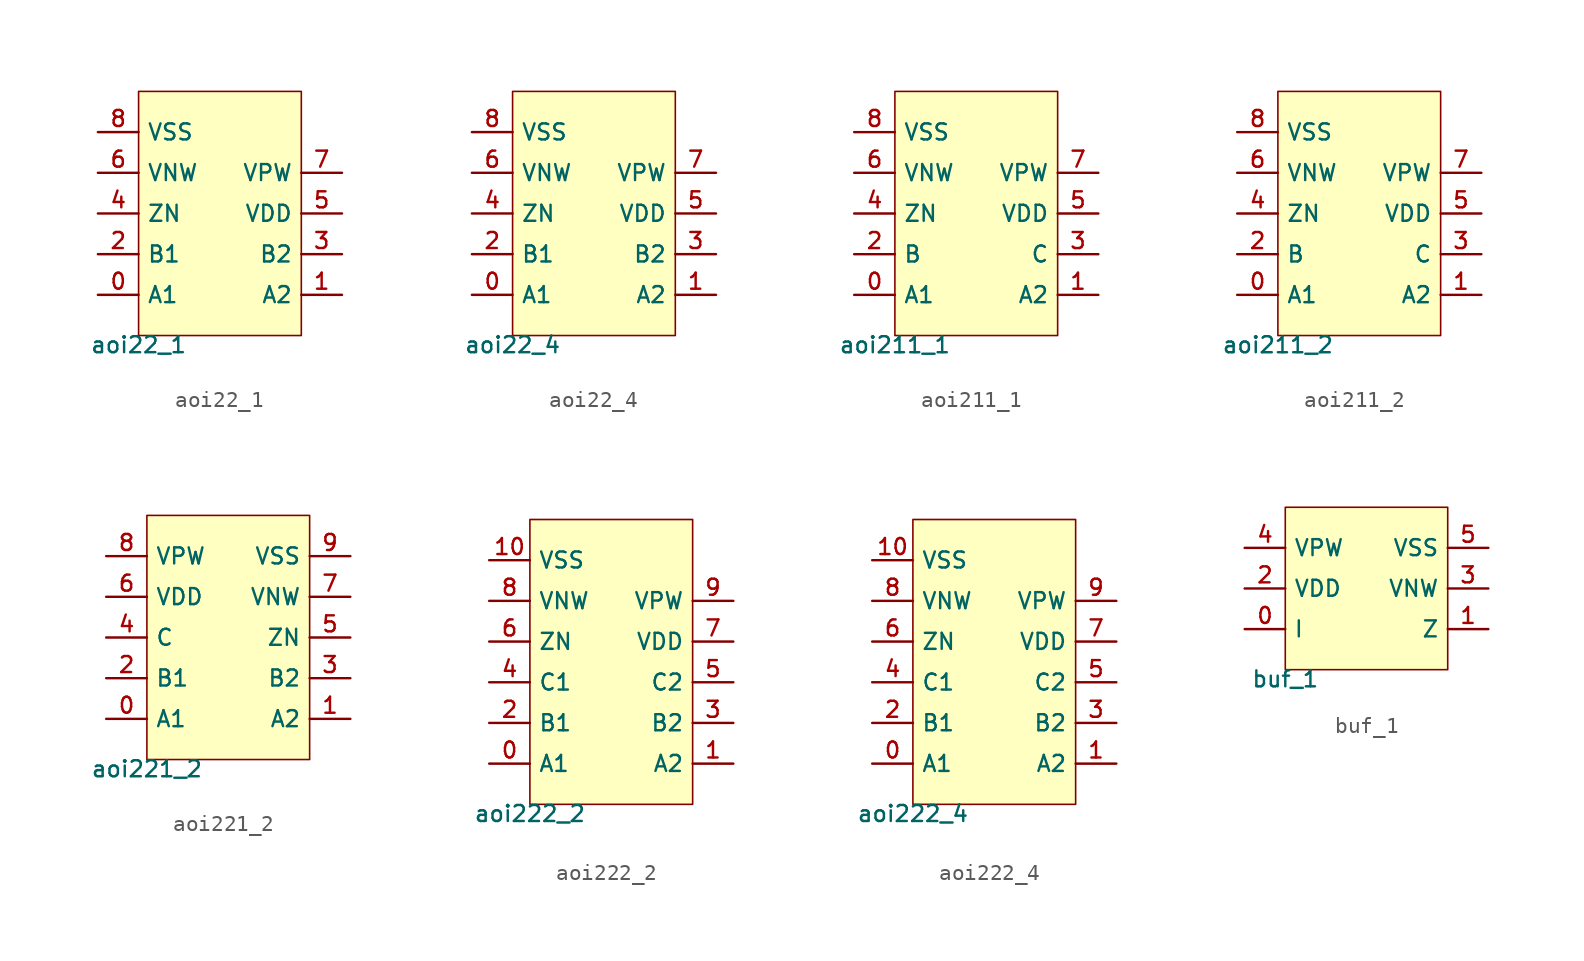
<source format=kicad_sym>
(kicad_symbol_lib
  (version 20211014)
  (generator pdk2kicad)
  (symbol "aoi22_1"
    (property "Reference" "X"
      (at 0 0 0)
      (effects (font (size 1 1)) hide))
    (property "Value" "aoi22_1"
      (at -5.08 -7.62 0)
      (effects (font (size 1 1)) (justify top)))
    (rectangle
      (start -5.08 -7.62)
      (end 5.08 7.62)
      (stroke (width 0.1) (type solid) (color 0 0 0 0))
      (fill (type background)))
    (pin bidirectional line
      (at -7.62 -5.08 0)
      (length 2.54)
      (name "A1" (effects (font (size 1 1)) hide))
      (number "0" (effects (font (size 1 1)) hide)))
    (pin bidirectional line
      (at 7.62 -5.08 180)
      (length 2.54)
      (name "A2" (effects (font (size 1 1)) hide))
      (number "1" (effects (font (size 1 1)) hide)))
    (pin bidirectional line
      (at -7.62 -2.54 0)
      (length 2.54)
      (name "B1" (effects (font (size 1 1)) hide))
      (number "2" (effects (font (size 1 1)) hide)))
    (pin bidirectional line
      (at 7.62 -2.54 180)
      (length 2.54)
      (name "B2" (effects (font (size 1 1)) hide))
      (number "3" (effects (font (size 1 1)) hide)))
    (pin bidirectional line
      (at -7.62 8.881784197001252e-16 0)
      (length 2.54)
      (name "ZN" (effects (font (size 1 1)) hide))
      (number "4" (effects (font (size 1 1)) hide)))
    (pin bidirectional line
      (at 7.62 8.881784197001252e-16 180)
      (length 2.54)
      (name "VDD" (effects (font (size 1 1)) hide))
      (number "5" (effects (font (size 1 1)) hide)))
    (pin bidirectional line
      (at -7.62 2.54 0)
      (length 2.54)
      (name "VNW" (effects (font (size 1 1)) hide))
      (number "6" (effects (font (size 1 1)) hide)))
    (pin bidirectional line
      (at 7.62 2.54 180)
      (length 2.54)
      (name "VPW" (effects (font (size 1 1)) hide))
      (number "7" (effects (font (size 1 1)) hide)))
    (pin bidirectional line
      (at -7.62 5.08 0)
      (length 2.54)
      (name "VSS" (effects (font (size 1 1)) hide))
      (number "8" (effects (font (size 1 1)) hide))))
  (symbol "aoi22_4"
    (property "Reference" "X"
      (at 0 0 0)
      (effects (font (size 1 1)) hide))
    (property "Value" "aoi22_4"
      (at -5.08 -7.62 0)
      (effects (font (size 1 1)) (justify top)))
    (rectangle
      (start -5.08 -7.62)
      (end 5.08 7.62)
      (stroke (width 0.1) (type solid) (color 0 0 0 0))
      (fill (type background)))
    (pin bidirectional line
      (at -7.62 -5.08 0)
      (length 2.54)
      (name "A1" (effects (font (size 1 1)) hide))
      (number "0" (effects (font (size 1 1)) hide)))
    (pin bidirectional line
      (at 7.62 -5.08 180)
      (length 2.54)
      (name "A2" (effects (font (size 1 1)) hide))
      (number "1" (effects (font (size 1 1)) hide)))
    (pin bidirectional line
      (at -7.62 -2.54 0)
      (length 2.54)
      (name "B1" (effects (font (size 1 1)) hide))
      (number "2" (effects (font (size 1 1)) hide)))
    (pin bidirectional line
      (at 7.62 -2.54 180)
      (length 2.54)
      (name "B2" (effects (font (size 1 1)) hide))
      (number "3" (effects (font (size 1 1)) hide)))
    (pin bidirectional line
      (at -7.62 8.881784197001252e-16 0)
      (length 2.54)
      (name "ZN" (effects (font (size 1 1)) hide))
      (number "4" (effects (font (size 1 1)) hide)))
    (pin bidirectional line
      (at 7.62 8.881784197001252e-16 180)
      (length 2.54)
      (name "VDD" (effects (font (size 1 1)) hide))
      (number "5" (effects (font (size 1 1)) hide)))
    (pin bidirectional line
      (at -7.62 2.54 0)
      (length 2.54)
      (name "VNW" (effects (font (size 1 1)) hide))
      (number "6" (effects (font (size 1 1)) hide)))
    (pin bidirectional line
      (at 7.62 2.54 180)
      (length 2.54)
      (name "VPW" (effects (font (size 1 1)) hide))
      (number "7" (effects (font (size 1 1)) hide)))
    (pin bidirectional line
      (at -7.62 5.08 0)
      (length 2.54)
      (name "VSS" (effects (font (size 1 1)) hide))
      (number "8" (effects (font (size 1 1)) hide))))
  (symbol "aoi211_1"
    (property "Reference" "X"
      (at 0 0 0)
      (effects (font (size 1 1)) hide))
    (property "Value" "aoi211_1"
      (at -5.08 -7.62 0)
      (effects (font (size 1 1)) (justify top)))
    (rectangle
      (start -5.08 -7.62)
      (end 5.08 7.62)
      (stroke (width 0.1) (type solid) (color 0 0 0 0))
      (fill (type background)))
    (pin bidirectional line
      (at -7.62 -5.08 0)
      (length 2.54)
      (name "A1" (effects (font (size 1 1)) hide))
      (number "0" (effects (font (size 1 1)) hide)))
    (pin bidirectional line
      (at 7.62 -5.08 180)
      (length 2.54)
      (name "A2" (effects (font (size 1 1)) hide))
      (number "1" (effects (font (size 1 1)) hide)))
    (pin bidirectional line
      (at -7.62 -2.54 0)
      (length 2.54)
      (name "B" (effects (font (size 1 1)) hide))
      (number "2" (effects (font (size 1 1)) hide)))
    (pin bidirectional line
      (at 7.62 -2.54 180)
      (length 2.54)
      (name "C" (effects (font (size 1 1)) hide))
      (number "3" (effects (font (size 1 1)) hide)))
    (pin bidirectional line
      (at -7.62 8.881784197001252e-16 0)
      (length 2.54)
      (name "ZN" (effects (font (size 1 1)) hide))
      (number "4" (effects (font (size 1 1)) hide)))
    (pin bidirectional line
      (at 7.62 8.881784197001252e-16 180)
      (length 2.54)
      (name "VDD" (effects (font (size 1 1)) hide))
      (number "5" (effects (font (size 1 1)) hide)))
    (pin bidirectional line
      (at -7.62 2.54 0)
      (length 2.54)
      (name "VNW" (effects (font (size 1 1)) hide))
      (number "6" (effects (font (size 1 1)) hide)))
    (pin bidirectional line
      (at 7.62 2.54 180)
      (length 2.54)
      (name "VPW" (effects (font (size 1 1)) hide))
      (number "7" (effects (font (size 1 1)) hide)))
    (pin bidirectional line
      (at -7.62 5.08 0)
      (length 2.54)
      (name "VSS" (effects (font (size 1 1)) hide))
      (number "8" (effects (font (size 1 1)) hide))))
  (symbol "aoi211_2"
    (property "Reference" "X"
      (at 0 0 0)
      (effects (font (size 1 1)) hide))
    (property "Value" "aoi211_2"
      (at -5.08 -7.62 0)
      (effects (font (size 1 1)) (justify top)))
    (rectangle
      (start -5.08 -7.62)
      (end 5.08 7.62)
      (stroke (width 0.1) (type solid) (color 0 0 0 0))
      (fill (type background)))
    (pin bidirectional line
      (at -7.62 -5.08 0)
      (length 2.54)
      (name "A1" (effects (font (size 1 1)) hide))
      (number "0" (effects (font (size 1 1)) hide)))
    (pin bidirectional line
      (at 7.62 -5.08 180)
      (length 2.54)
      (name "A2" (effects (font (size 1 1)) hide))
      (number "1" (effects (font (size 1 1)) hide)))
    (pin bidirectional line
      (at -7.62 -2.54 0)
      (length 2.54)
      (name "B" (effects (font (size 1 1)) hide))
      (number "2" (effects (font (size 1 1)) hide)))
    (pin bidirectional line
      (at 7.62 -2.54 180)
      (length 2.54)
      (name "C" (effects (font (size 1 1)) hide))
      (number "3" (effects (font (size 1 1)) hide)))
    (pin bidirectional line
      (at -7.62 8.881784197001252e-16 0)
      (length 2.54)
      (name "ZN" (effects (font (size 1 1)) hide))
      (number "4" (effects (font (size 1 1)) hide)))
    (pin bidirectional line
      (at 7.62 8.881784197001252e-16 180)
      (length 2.54)
      (name "VDD" (effects (font (size 1 1)) hide))
      (number "5" (effects (font (size 1 1)) hide)))
    (pin bidirectional line
      (at -7.62 2.54 0)
      (length 2.54)
      (name "VNW" (effects (font (size 1 1)) hide))
      (number "6" (effects (font (size 1 1)) hide)))
    (pin bidirectional line
      (at 7.62 2.54 180)
      (length 2.54)
      (name "VPW" (effects (font (size 1 1)) hide))
      (number "7" (effects (font (size 1 1)) hide)))
    (pin bidirectional line
      (at -7.62 5.08 0)
      (length 2.54)
      (name "VSS" (effects (font (size 1 1)) hide))
      (number "8" (effects (font (size 1 1)) hide))))
  (symbol "aoi221_2"
    (property "Reference" "X"
      (at 0 0 0)
      (effects (font (size 1 1)) hide))
    (property "Value" "aoi221_2"
      (at -5.08 -7.62 0)
      (effects (font (size 1 1)) (justify top)))
    (rectangle
      (start -5.08 -7.62)
      (end 5.08 7.62)
      (stroke (width 0.1) (type solid) (color 0 0 0 0))
      (fill (type background)))
    (pin bidirectional line
      (at -7.62 -5.08 0)
      (length 2.54)
      (name "A1" (effects (font (size 1 1)) hide))
      (number "0" (effects (font (size 1 1)) hide)))
    (pin bidirectional line
      (at 7.62 -5.08 180)
      (length 2.54)
      (name "A2" (effects (font (size 1 1)) hide))
      (number "1" (effects (font (size 1 1)) hide)))
    (pin bidirectional line
      (at -7.62 -2.54 0)
      (length 2.54)
      (name "B1" (effects (font (size 1 1)) hide))
      (number "2" (effects (font (size 1 1)) hide)))
    (pin bidirectional line
      (at 7.62 -2.54 180)
      (length 2.54)
      (name "B2" (effects (font (size 1 1)) hide))
      (number "3" (effects (font (size 1 1)) hide)))
    (pin bidirectional line
      (at -7.62 8.881784197001252e-16 0)
      (length 2.54)
      (name "C" (effects (font (size 1 1)) hide))
      (number "4" (effects (font (size 1 1)) hide)))
    (pin bidirectional line
      (at 7.62 8.881784197001252e-16 180)
      (length 2.54)
      (name "ZN" (effects (font (size 1 1)) hide))
      (number "5" (effects (font (size 1 1)) hide)))
    (pin bidirectional line
      (at -7.62 2.54 0)
      (length 2.54)
      (name "VDD" (effects (font (size 1 1)) hide))
      (number "6" (effects (font (size 1 1)) hide)))
    (pin bidirectional line
      (at 7.62 2.54 180)
      (length 2.54)
      (name "VNW" (effects (font (size 1 1)) hide))
      (number "7" (effects (font (size 1 1)) hide)))
    (pin bidirectional line
      (at -7.62 5.08 0)
      (length 2.54)
      (name "VPW" (effects (font (size 1 1)) hide))
      (number "8" (effects (font (size 1 1)) hide)))
    (pin bidirectional line
      (at 7.62 5.08 180)
      (length 2.54)
      (name "VSS" (effects (font (size 1 1)) hide))
      (number "9" (effects (font (size 1 1)) hide))))
  (symbol "aoi222_2"
    (property "Reference" "X"
      (at 0 0 0)
      (effects (font (size 1 1)) hide))
    (property "Value" "aoi222_2"
      (at -5.08 -8.89 0)
      (effects (font (size 1 1)) (justify top)))
    (rectangle
      (start -5.08 -8.89)
      (end 5.08 8.89)
      (stroke (width 0.1) (type solid) (color 0 0 0 0))
      (fill (type background)))
    (pin bidirectional line
      (at -7.62 -6.35 0)
      (length 2.54)
      (name "A1" (effects (font (size 1 1)) hide))
      (number "0" (effects (font (size 1 1)) hide)))
    (pin bidirectional line
      (at 7.62 -6.35 180)
      (length 2.54)
      (name "A2" (effects (font (size 1 1)) hide))
      (number "1" (effects (font (size 1 1)) hide)))
    (pin bidirectional line
      (at -7.62 -3.81 0)
      (length 2.54)
      (name "B1" (effects (font (size 1 1)) hide))
      (number "2" (effects (font (size 1 1)) hide)))
    (pin bidirectional line
      (at 7.62 -3.81 180)
      (length 2.54)
      (name "B2" (effects (font (size 1 1)) hide))
      (number "3" (effects (font (size 1 1)) hide)))
    (pin bidirectional line
      (at -7.62 -1.27 0)
      (length 2.54)
      (name "C1" (effects (font (size 1 1)) hide))
      (number "4" (effects (font (size 1 1)) hide)))
    (pin bidirectional line
      (at 7.62 -1.27 180)
      (length 2.54)
      (name "C2" (effects (font (size 1 1)) hide))
      (number "5" (effects (font (size 1 1)) hide)))
    (pin bidirectional line
      (at -7.62 1.27 0)
      (length 2.54)
      (name "ZN" (effects (font (size 1 1)) hide))
      (number "6" (effects (font (size 1 1)) hide)))
    (pin bidirectional line
      (at 7.62 1.27 180)
      (length 2.54)
      (name "VDD" (effects (font (size 1 1)) hide))
      (number "7" (effects (font (size 1 1)) hide)))
    (pin bidirectional line
      (at -7.62 3.81 0)
      (length 2.54)
      (name "VNW" (effects (font (size 1 1)) hide))
      (number "8" (effects (font (size 1 1)) hide)))
    (pin bidirectional line
      (at 7.62 3.81 180)
      (length 2.54)
      (name "VPW" (effects (font (size 1 1)) hide))
      (number "9" (effects (font (size 1 1)) hide)))
    (pin bidirectional line
      (at -7.62 6.35 0)
      (length 2.54)
      (name "VSS" (effects (font (size 1 1)) hide))
      (number "10" (effects (font (size 1 1)) hide))))
  (symbol "aoi222_4"
    (property "Reference" "X"
      (at 0 0 0)
      (effects (font (size 1 1)) hide))
    (property "Value" "aoi222_4"
      (at -5.08 -8.89 0)
      (effects (font (size 1 1)) (justify top)))
    (rectangle
      (start -5.08 -8.89)
      (end 5.08 8.89)
      (stroke (width 0.1) (type solid) (color 0 0 0 0))
      (fill (type background)))
    (pin bidirectional line
      (at -7.62 -6.35 0)
      (length 2.54)
      (name "A1" (effects (font (size 1 1)) hide))
      (number "0" (effects (font (size 1 1)) hide)))
    (pin bidirectional line
      (at 7.62 -6.35 180)
      (length 2.54)
      (name "A2" (effects (font (size 1 1)) hide))
      (number "1" (effects (font (size 1 1)) hide)))
    (pin bidirectional line
      (at -7.62 -3.81 0)
      (length 2.54)
      (name "B1" (effects (font (size 1 1)) hide))
      (number "2" (effects (font (size 1 1)) hide)))
    (pin bidirectional line
      (at 7.62 -3.81 180)
      (length 2.54)
      (name "B2" (effects (font (size 1 1)) hide))
      (number "3" (effects (font (size 1 1)) hide)))
    (pin bidirectional line
      (at -7.62 -1.27 0)
      (length 2.54)
      (name "C1" (effects (font (size 1 1)) hide))
      (number "4" (effects (font (size 1 1)) hide)))
    (pin bidirectional line
      (at 7.62 -1.27 180)
      (length 2.54)
      (name "C2" (effects (font (size 1 1)) hide))
      (number "5" (effects (font (size 1 1)) hide)))
    (pin bidirectional line
      (at -7.62 1.27 0)
      (length 2.54)
      (name "ZN" (effects (font (size 1 1)) hide))
      (number "6" (effects (font (size 1 1)) hide)))
    (pin bidirectional line
      (at 7.62 1.27 180)
      (length 2.54)
      (name "VDD" (effects (font (size 1 1)) hide))
      (number "7" (effects (font (size 1 1)) hide)))
    (pin bidirectional line
      (at -7.62 3.81 0)
      (length 2.54)
      (name "VNW" (effects (font (size 1 1)) hide))
      (number "8" (effects (font (size 1 1)) hide)))
    (pin bidirectional line
      (at 7.62 3.81 180)
      (length 2.54)
      (name "VPW" (effects (font (size 1 1)) hide))
      (number "9" (effects (font (size 1 1)) hide)))
    (pin bidirectional line
      (at -7.62 6.35 0)
      (length 2.54)
      (name "VSS" (effects (font (size 1 1)) hide))
      (number "10" (effects (font (size 1 1)) hide))))
  (symbol "buf_1"
    (property "Reference" "X"
      (at 0 0 0)
      (effects (font (size 1 1)) hide))
    (property "Value" "buf_1"
      (at -5.08 -5.08 0)
      (effects (font (size 1 1)) (justify top)))
    (rectangle
      (start -5.08 -5.08)
      (end 5.08 5.08)
      (stroke (width 0.1) (type solid) (color 0 0 0 0))
      (fill (type background)))
    (pin bidirectional line
      (at -7.62 -2.54 0)
      (length 2.54)
      (name "I" (effects (font (size 1 1)) hide))
      (number "0" (effects (font (size 1 1)) hide)))
    (pin bidirectional line
      (at 7.62 -2.54 180)
      (length 2.54)
      (name "Z" (effects (font (size 1 1)) hide))
      (number "1" (effects (font (size 1 1)) hide)))
    (pin bidirectional line
      (at -7.62 0.0 0)
      (length 2.54)
      (name "VDD" (effects (font (size 1 1)) hide))
      (number "2" (effects (font (size 1 1)) hide)))
    (pin bidirectional line
      (at 7.62 0.0 180)
      (length 2.54)
      (name "VNW" (effects (font (size 1 1)) hide))
      (number "3" (effects (font (size 1 1)) hide)))
    (pin bidirectional line
      (at -7.62 2.54 0)
      (length 2.54)
      (name "VPW" (effects (font (size 1 1)) hide))
      (number "4" (effects (font (size 1 1)) hide)))
    (pin bidirectional line
      (at 7.62 2.54 180)
      (length 2.54)
      (name "VSS" (effects (font (size 1 1)) hide))
      (number "5" (effects (font (size 1 1)) hide)))))
</source>
